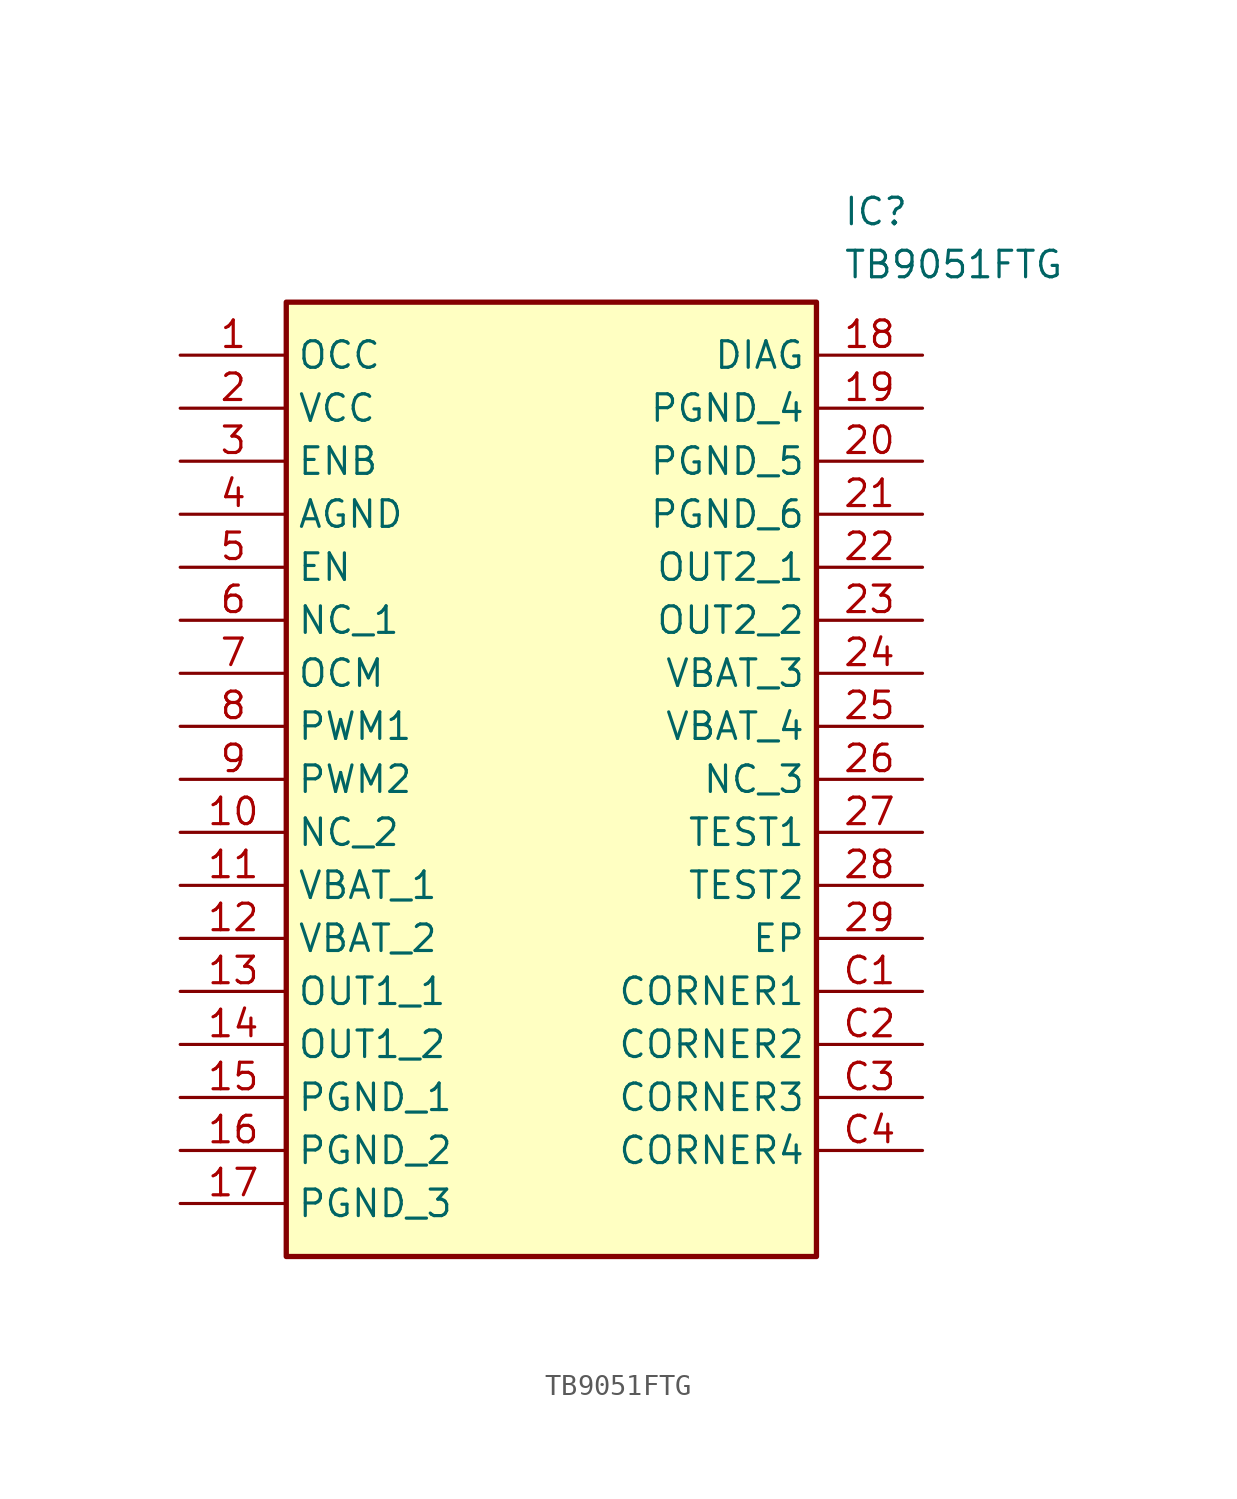
<source format=kicad_sym>
(kicad_symbol_lib
  (version 20211014)
  (generator SamacSys_ECAD_Model)
  (symbol "TB9051FTG"
    (property "Reference" "IC"
      (at 31.75 7.62 0)
      (effects (font (size 1.27 1.27)) (justify left top)))
    (property "Value" "TB9051FTG"
      (at 31.75 5.08 0)
      (effects (font (size 1.27 1.27)) (justify left top)))
    (rectangle
      (start 5.08 2.54)
      (end 30.48 -43.18)
      (stroke (width 0.254) (type default))
      (fill (type background)))
    (pin passive line
      (at 0 0 0)
      (length 5.08)
      (name "OCC" (effects (font (size 1.27 1.27))))
      (number "1" (effects (font (size 1.27 1.27)))))
    (pin passive line
      (at 0 -2.54 0)
      (length 5.08)
      (name "VCC" (effects (font (size 1.27 1.27))))
      (number "2" (effects (font (size 1.27 1.27)))))
    (pin passive line
      (at 0 -5.08 0)
      (length 5.08)
      (name "ENB" (effects (font (size 1.27 1.27))))
      (number "3" (effects (font (size 1.27 1.27)))))
    (pin passive line
      (at 0 -7.62 0)
      (length 5.08)
      (name "AGND" (effects (font (size 1.27 1.27))))
      (number "4" (effects (font (size 1.27 1.27)))))
    (pin passive line
      (at 0 -10.16 0)
      (length 5.08)
      (name "EN" (effects (font (size 1.27 1.27))))
      (number "5" (effects (font (size 1.27 1.27)))))
    (pin passive line
      (at 0 -12.7 0)
      (length 5.08)
      (name "NC_1" (effects (font (size 1.27 1.27))))
      (number "6" (effects (font (size 1.27 1.27)))))
    (pin passive line
      (at 0 -15.24 0)
      (length 5.08)
      (name "OCM" (effects (font (size 1.27 1.27))))
      (number "7" (effects (font (size 1.27 1.27)))))
    (pin passive line
      (at 0 -17.78 0)
      (length 5.08)
      (name "PWM1" (effects (font (size 1.27 1.27))))
      (number "8" (effects (font (size 1.27 1.27)))))
    (pin passive line
      (at 0 -20.32 0)
      (length 5.08)
      (name "PWM2" (effects (font (size 1.27 1.27))))
      (number "9" (effects (font (size 1.27 1.27)))))
    (pin passive line
      (at 0 -22.86 0)
      (length 5.08)
      (name "NC_2" (effects (font (size 1.27 1.27))))
      (number "10" (effects (font (size 1.27 1.27)))))
    (pin passive line
      (at 0 -25.4 0)
      (length 5.08)
      (name "VBAT_1" (effects (font (size 1.27 1.27))))
      (number "11" (effects (font (size 1.27 1.27)))))
    (pin passive line
      (at 0 -27.94 0)
      (length 5.08)
      (name "VBAT_2" (effects (font (size 1.27 1.27))))
      (number "12" (effects (font (size 1.27 1.27)))))
    (pin passive line
      (at 0 -30.48 0)
      (length 5.08)
      (name "OUT1_1" (effects (font (size 1.27 1.27))))
      (number "13" (effects (font (size 1.27 1.27)))))
    (pin passive line
      (at 0 -33.02 0)
      (length 5.08)
      (name "OUT1_2" (effects (font (size 1.27 1.27))))
      (number "14" (effects (font (size 1.27 1.27)))))
    (pin passive line
      (at 0 -35.56 0)
      (length 5.08)
      (name "PGND_1" (effects (font (size 1.27 1.27))))
      (number "15" (effects (font (size 1.27 1.27)))))
    (pin passive line
      (at 0 -38.1 0)
      (length 5.08)
      (name "PGND_2" (effects (font (size 1.27 1.27))))
      (number "16" (effects (font (size 1.27 1.27)))))
    (pin passive line
      (at 0 -40.64 0)
      (length 5.08)
      (name "PGND_3" (effects (font (size 1.27 1.27))))
      (number "17" (effects (font (size 1.27 1.27)))))
    (pin passive line
      (at 35.56 0 180)
      (length 5.08)
      (name "DIAG" (effects (font (size 1.27 1.27))))
      (number "18" (effects (font (size 1.27 1.27)))))
    (pin passive line
      (at 35.56 -2.54 180)
      (length 5.08)
      (name "PGND_4" (effects (font (size 1.27 1.27))))
      (number "19" (effects (font (size 1.27 1.27)))))
    (pin passive line
      (at 35.56 -5.08 180)
      (length 5.08)
      (name "PGND_5" (effects (font (size 1.27 1.27))))
      (number "20" (effects (font (size 1.27 1.27)))))
    (pin passive line
      (at 35.56 -7.62 180)
      (length 5.08)
      (name "PGND_6" (effects (font (size 1.27 1.27))))
      (number "21" (effects (font (size 1.27 1.27)))))
    (pin passive line
      (at 35.56 -10.16 180)
      (length 5.08)
      (name "OUT2_1" (effects (font (size 1.27 1.27))))
      (number "22" (effects (font (size 1.27 1.27)))))
    (pin passive line
      (at 35.56 -12.7 180)
      (length 5.08)
      (name "OUT2_2" (effects (font (size 1.27 1.27))))
      (number "23" (effects (font (size 1.27 1.27)))))
    (pin passive line
      (at 35.56 -15.24 180)
      (length 5.08)
      (name "VBAT_3" (effects (font (size 1.27 1.27))))
      (number "24" (effects (font (size 1.27 1.27)))))
    (pin passive line
      (at 35.56 -17.78 180)
      (length 5.08)
      (name "VBAT_4" (effects (font (size 1.27 1.27))))
      (number "25" (effects (font (size 1.27 1.27)))))
    (pin passive line
      (at 35.56 -20.32 180)
      (length 5.08)
      (name "NC_3" (effects (font (size 1.27 1.27))))
      (number "26" (effects (font (size 1.27 1.27)))))
    (pin passive line
      (at 35.56 -22.86 180)
      (length 5.08)
      (name "TEST1" (effects (font (size 1.27 1.27))))
      (number "27" (effects (font (size 1.27 1.27)))))
    (pin passive line
      (at 35.56 -25.4 180)
      (length 5.08)
      (name "TEST2" (effects (font (size 1.27 1.27))))
      (number "28" (effects (font (size 1.27 1.27)))))
    (pin passive line
      (at 35.56 -27.94 180)
      (length 5.08)
      (name "EP" (effects (font (size 1.27 1.27))))
      (number "29" (effects (font (size 1.27 1.27)))))
    (pin passive line
      (at 35.56 -30.48 180)
      (length 5.08)
      (name "CORNER1" (effects (font (size 1.27 1.27))))
      (number "C1" (effects (font (size 1.27 1.27)))))
    (pin passive line
      (at 35.56 -33.02 180)
      (length 5.08)
      (name "CORNER2" (effects (font (size 1.27 1.27))))
      (number "C2" (effects (font (size 1.27 1.27)))))
    (pin passive line
      (at 35.56 -35.56 180)
      (length 5.08)
      (name "CORNER3" (effects (font (size 1.27 1.27))))
      (number "C3" (effects (font (size 1.27 1.27)))))
    (pin passive line
      (at 35.56 -38.1 180)
      (length 5.08)
      (name "CORNER4" (effects (font (size 1.27 1.27))))
      (number "C4" (effects (font (size 1.27 1.27)))))))
</source>
